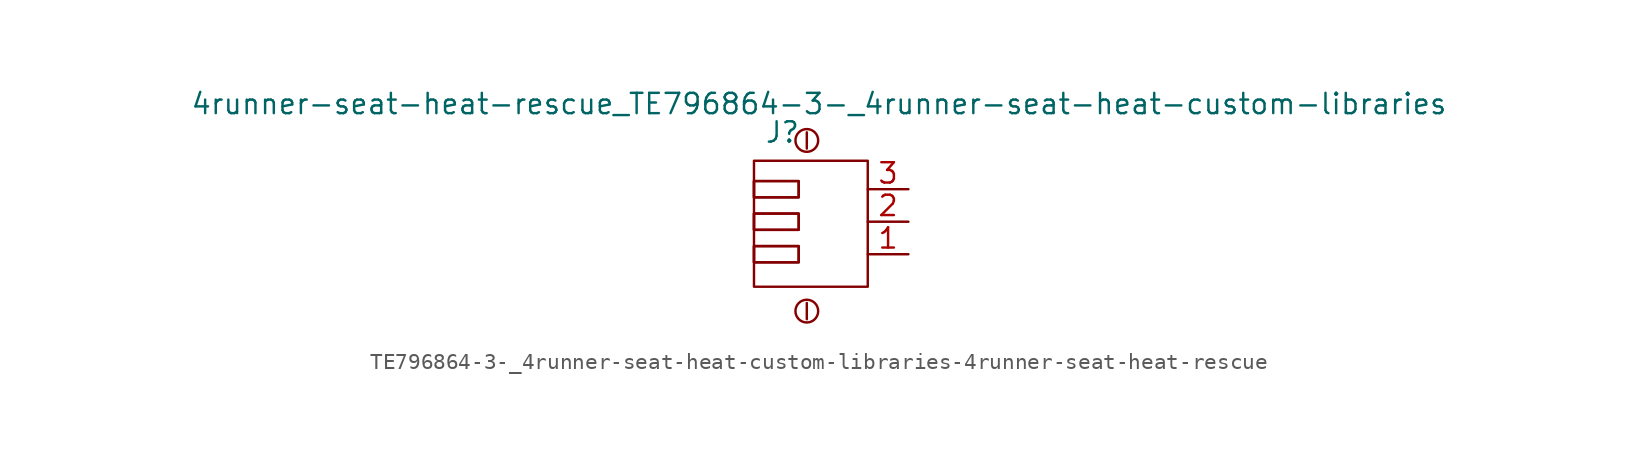
<source format=kicad_sym>
(kicad_symbol_lib
  (version 20220914)
  (generator kicad_symbol_editor)
  (symbol "TE796864-3-_4runner-seat-heat-custom-libraries-4runner-seat-heat-rescue"
    (pin_names
      (offset 1.016) hide)
    (property "Reference" "J"
      (at -1.524 0.508 0)
      (effects (font (size 1.27 1.27))))
    (property "Value" "4runner-seat-heat-rescue_TE796864-3-_4runner-seat-heat-custom-libraries"
      (at 0.762 2.286 0)
      (effects (font (size 1.27 1.27))))
    (symbol "TE796864-3-_4runner-seat-heat-custom-libraries-4runner-seat-heat-rescue_1_1"
      (rectangle (start -3.302 -6.604) (end -0.508 -7.62) (stroke (width 0) (type solid)) (fill (type none)))
      (rectangle (start -3.302 -6.604) (end -0.508 -7.62) (stroke (width 0) (type solid)) (fill (type none)))
      (rectangle (start -3.302 -4.572) (end -0.508 -5.588) (stroke (width 0) (type solid)) (fill (type none)))
      (rectangle (start -3.302 -4.572) (end -0.508 -5.588) (stroke (width 0) (type solid)) (fill (type none)))
      (rectangle (start -3.302 -2.54) (end -0.508 -3.556) (stroke (width 0) (type solid)) (fill (type none)))
      (rectangle (start -3.302 -2.54) (end -0.508 -3.556) (stroke (width 0) (type solid)) (fill (type none)))
      (rectangle (start -3.302 -1.27) (end 3.81 -9.144) (stroke (width 0) (type solid)) (fill (type none)))
      (circle (center 0 -10.668) (radius 0.711) (stroke (width 0) (type solid)) (fill (type none)))
      (polyline (pts (xy 0 -10.16) (xy 0 -11.176)) (stroke (width 0) (type solid)) (fill (type none)))
      (polyline (pts (xy 0 0.508) (xy 0 -0.508)) (stroke (width 0) (type solid)) (fill (type none)))
      (circle (center 0 0) (radius 0.711) (stroke (width 0) (type solid)) (fill (type none)))
      (pin input line (at 6.35 -7.112 180) (length 2.54) (name "1" (effects (font (size 1.27 1.27)))) (number "1" (effects (font (size 1.27 1.27)))))
      (pin input line (at 6.35 -5.08 180) (length 2.54) (name "2" (effects (font (size 1.27 1.27)))) (number "2" (effects (font (size 1.27 1.27)))))
      (pin input line (at 6.35 -3.048 180) (length 2.54) (name "3" (effects (font (size 1.27 1.27)))) (number "3" (effects (font (size 1.27 1.27))))))))
</source>
